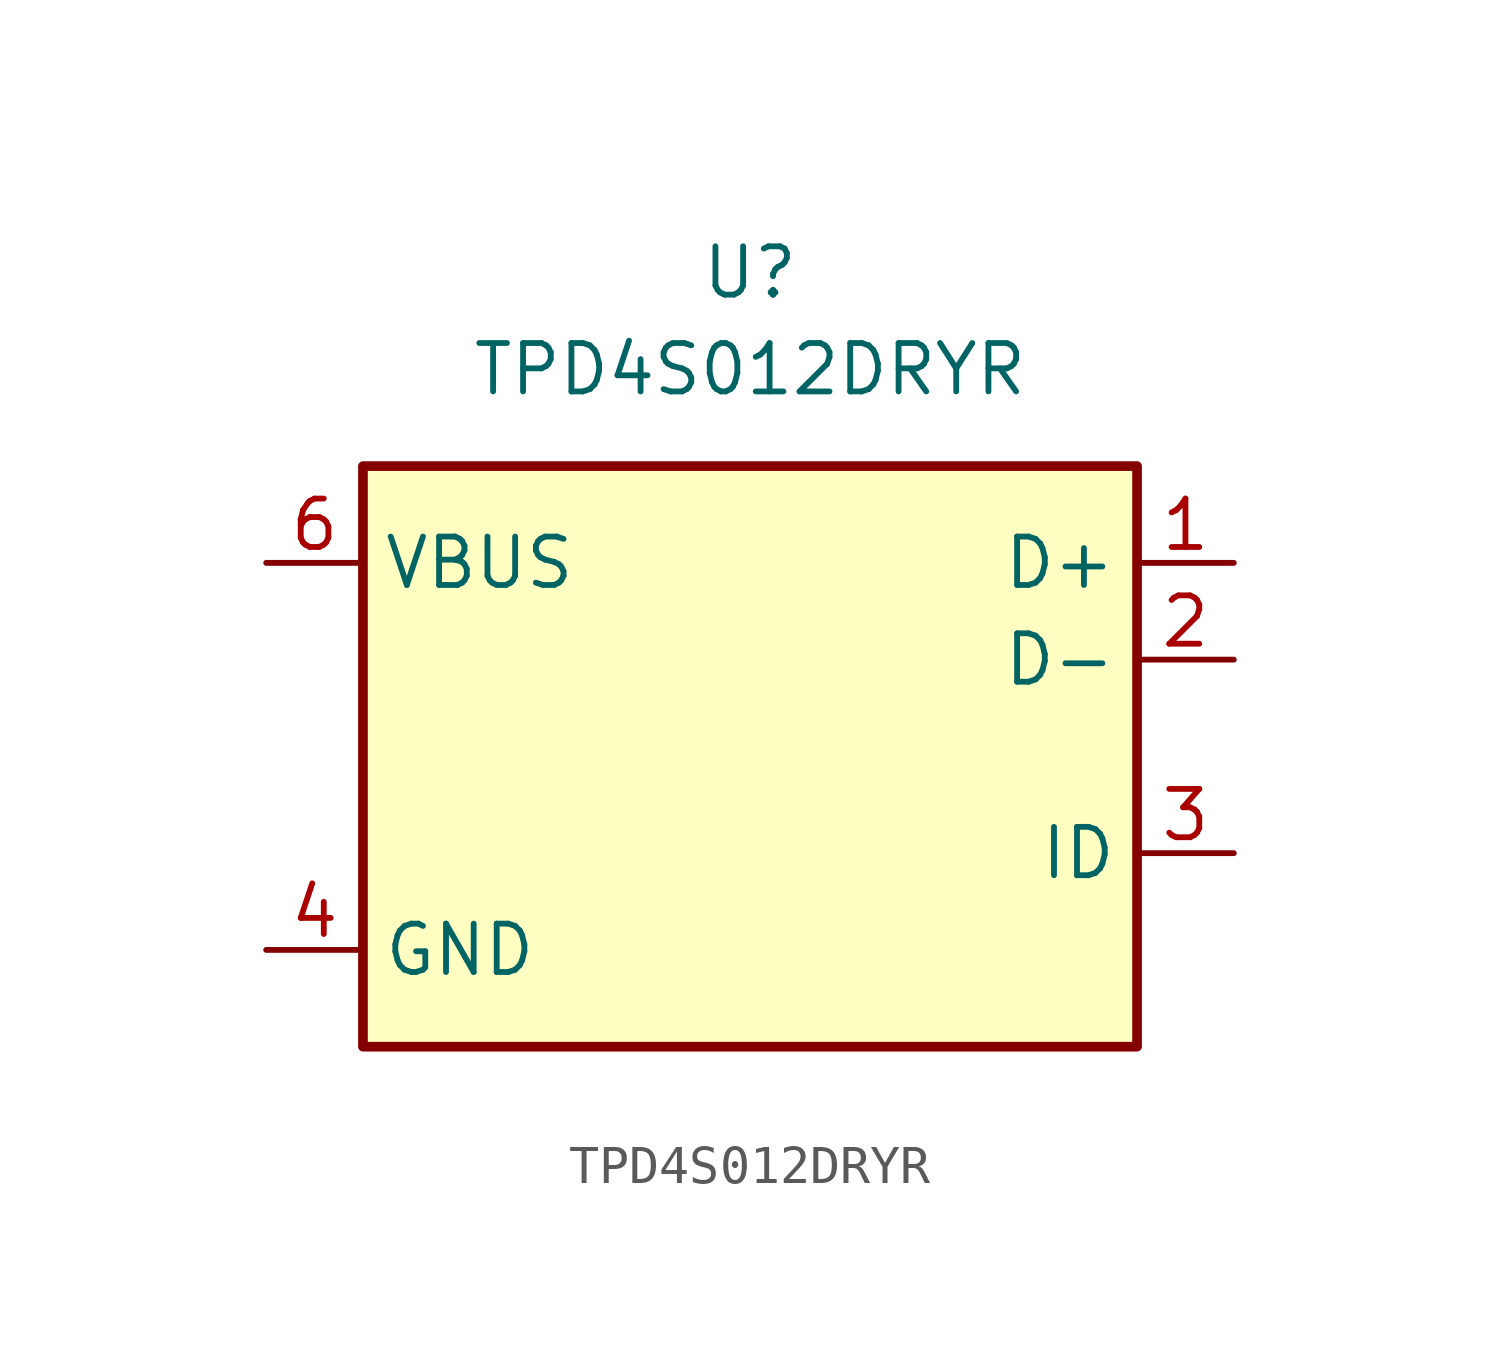
<source format=kicad_sym>
(kicad_symbol_lib
  (version 20230620)
  (generator kicad_symbol_editor)
  (symbol "TPD4S012DRYR"
    (property "Reference" "U"
      (at 0 12.7 0)
      (effects (font (size 1.27 1.27))))
    (property "Value" "TPD4S012DRYR"
      (at 0 10.16 0)
      (effects (font (size 1.27 1.27))))
    (symbol "TPD4S012DRYR_0_1"
      (rectangle (start -10.16 7.62) (end 10.16 -7.62) (stroke (width 0.254) (type default)) (fill (type background))))
    (symbol "TPD4S012DRYR_1_1"
      (pin passive line (at 12.7 5.08 180) (length 2.54) (name "D+" (effects (font (size 1.27 1.27)))) (number "1" (effects (font (size 1.27 1.27)))))
      (pin passive line (at 12.7 2.54 180) (length 2.54) (name "D-" (effects (font (size 1.27 1.27)))) (number "2" (effects (font (size 1.27 1.27)))))
      (pin passive line (at 12.7 -2.54 180) (length 2.54) (name "ID" (effects (font (size 1.27 1.27)))) (number "3" (effects (font (size 1.27 1.27)))))
      (pin power_in line (at -12.7 -5.08 0) (length 2.54) (name "GND" (effects (font (size 1.27 1.27)))) (number "4" (effects (font (size 1.27 1.27)))))
      (pin no_connect line (at -10.16 0 0) (length 2.54) hide (name "NC" (effects (font (size 1.27 1.27)))) (number "5" (effects (font (size 1.27 1.27)))))
      (pin power_in line (at -12.7 5.08 0) (length 2.54) (name "VBUS" (effects (font (size 1.27 1.27)))) (number "6" (effects (font (size 1.27 1.27))))))))
</source>
